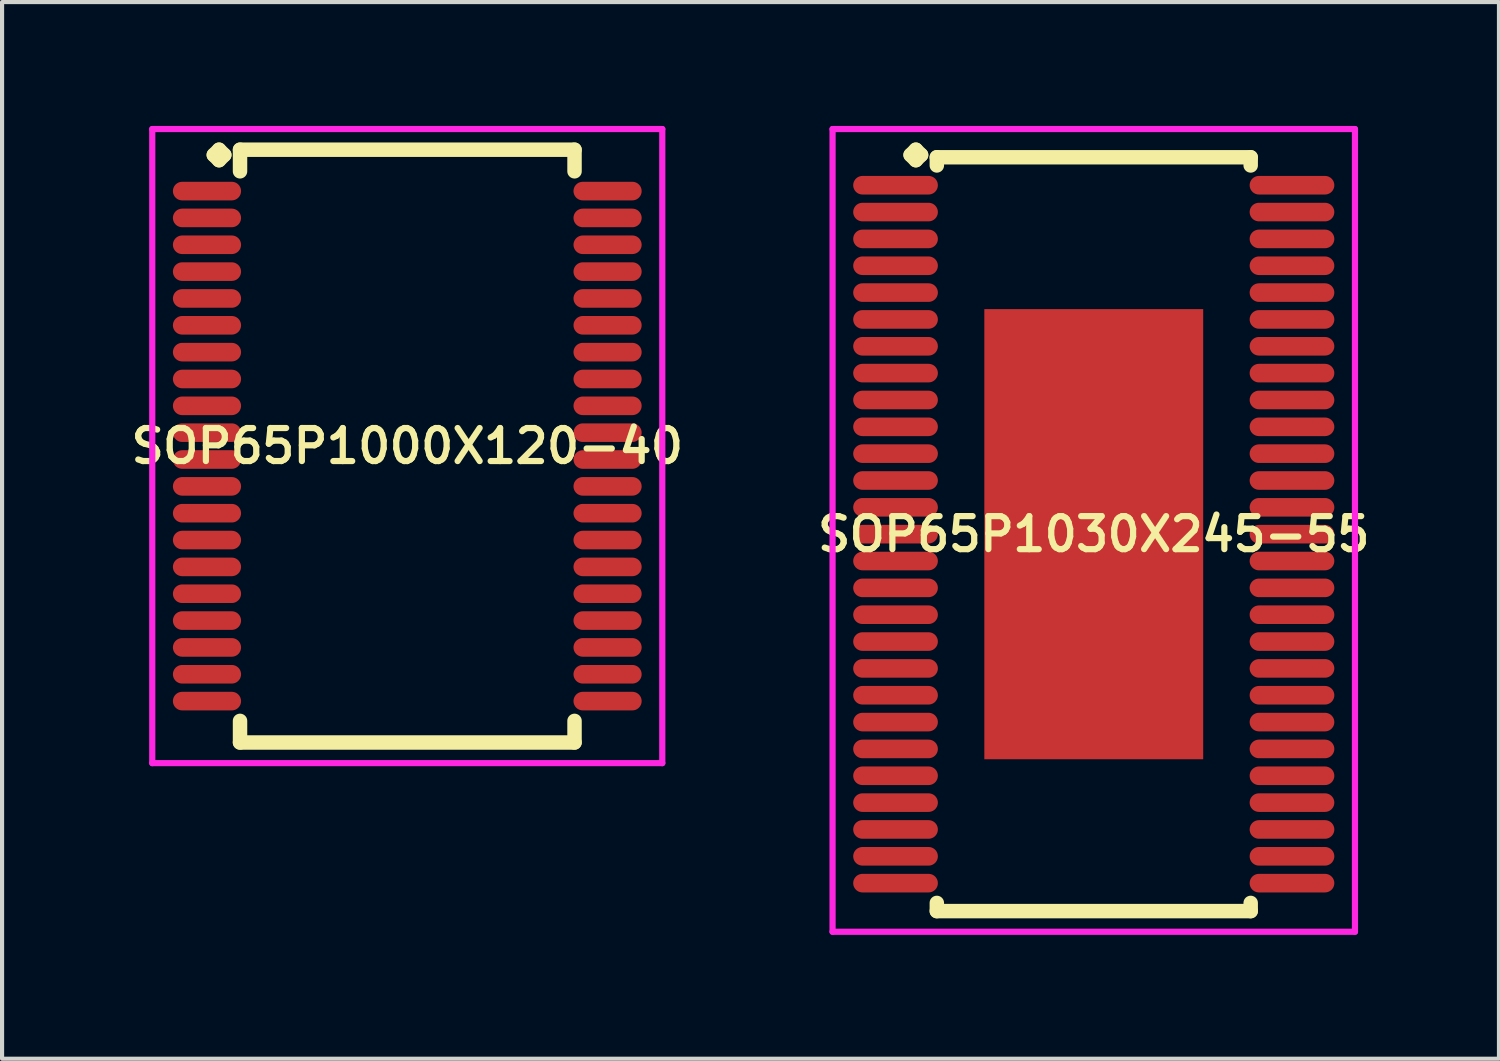
<source format=kicad_pcb>
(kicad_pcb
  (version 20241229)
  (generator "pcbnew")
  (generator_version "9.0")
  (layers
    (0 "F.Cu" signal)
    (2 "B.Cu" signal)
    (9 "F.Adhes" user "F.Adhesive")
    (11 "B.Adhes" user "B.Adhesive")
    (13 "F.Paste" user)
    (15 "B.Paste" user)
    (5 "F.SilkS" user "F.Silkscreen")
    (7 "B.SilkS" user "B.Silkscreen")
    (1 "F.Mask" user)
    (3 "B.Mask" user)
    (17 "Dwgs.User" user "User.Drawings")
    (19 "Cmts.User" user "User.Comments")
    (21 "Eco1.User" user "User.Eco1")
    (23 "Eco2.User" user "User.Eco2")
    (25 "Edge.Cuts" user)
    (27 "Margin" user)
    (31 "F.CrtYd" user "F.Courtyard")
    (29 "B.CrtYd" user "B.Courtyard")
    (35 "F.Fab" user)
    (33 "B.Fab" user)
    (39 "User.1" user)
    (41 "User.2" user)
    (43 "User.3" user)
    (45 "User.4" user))
  (footprint "SOP65P1000X120-40"
    (layer "F.Cu")
    (at 6.812 7.752)
    (property "Reference" "SOP65P1000X120-40" (at 0 0 0) (layer "F.SilkS") (effects (font (size 0.8 0.8) (thickness 0.15))))
    (attr smd)
    (fp_line (start -4.685 -7.05) (end -4.558 -7.177) (stroke (width 0.35) (type solid)) (layer "F.SilkS"))
    (fp_line (start -4.558 -7.177) (end -4.431 -7.05) (stroke (width 0.35) (type solid)) (layer "F.SilkS"))
    (fp_line (start -4.558 -6.923) (end -4.685 -7.05) (stroke (width 0.35) (type solid)) (layer "F.SilkS"))
    (fp_line (start -4.431 -7.05) (end -4.558 -6.923) (stroke (width 0.35) (type solid)) (layer "F.SilkS"))
    (fp_line (start -4.05 -7.177) (end 4.05 -7.177) (stroke (width 0.35) (type solid)) (layer "F.SilkS"))
    (fp_line (start -4.05 -6.654) (end -4.05 -7.177) (stroke (width 0.35) (type solid)) (layer "F.SilkS"))
    (fp_line (start -4.05 6.654) (end -4.05 7.177) (stroke (width 0.35) (type solid)) (layer "F.SilkS"))
    (fp_line (start -4.05 7.177) (end 4.05 7.177) (stroke (width 0.35) (type solid)) (layer "F.SilkS"))
    (fp_line (start 4.05 -7.177) (end 4.05 -6.654) (stroke (width 0.35) (type solid)) (layer "F.SilkS"))
    (fp_line (start 4.05 7.177) (end 4.05 6.654) (stroke (width 0.35) (type solid)) (layer "F.SilkS"))
    (fp_line (start -6.175 -7.677) (end 6.175 -7.677) (stroke (width 0.15) (type solid)) (layer "F.CrtYd"))
    (fp_line (start -6.175 7.677) (end -6.175 -7.677) (stroke (width 0.15) (type solid)) (layer "F.CrtYd"))
    (fp_line (start 6.175 -7.677) (end 6.175 7.677) (stroke (width 0.15) (type solid)) (layer "F.CrtYd"))
    (fp_line (start 6.175 7.677) (end -6.175 7.677) (stroke (width 0.15) (type solid)) (layer "F.CrtYd"))
    (pad "1" smd oval (at -4.85 -6.175) (size 1.65 0.45) (layers "F.Cu" "F.Mask" "F.Paste"))
    (pad "2" smd oval (at -4.85 -5.525) (size 1.65 0.45) (layers "F.Cu" "F.Mask" "F.Paste"))
    (pad "3" smd oval (at -4.85 -4.875) (size 1.65 0.45) (layers "F.Cu" "F.Mask" "F.Paste"))
    (pad "4" smd oval (at -4.85 -4.225) (size 1.65 0.45) (layers "F.Cu" "F.Mask" "F.Paste"))
    (pad "5" smd oval (at -4.85 -3.575) (size 1.65 0.45) (layers "F.Cu" "F.Mask" "F.Paste"))
    (pad "6" smd oval (at -4.85 -2.925) (size 1.65 0.45) (layers "F.Cu" "F.Mask" "F.Paste"))
    (pad "7" smd oval (at -4.85 -2.275) (size 1.65 0.45) (layers "F.Cu" "F.Mask" "F.Paste"))
    (pad "8" smd oval (at -4.85 -1.625) (size 1.65 0.45) (layers "F.Cu" "F.Mask" "F.Paste"))
    (pad "9" smd oval (at -4.85 -0.975) (size 1.65 0.45) (layers "F.Cu" "F.Mask" "F.Paste"))
    (pad "10" smd oval (at -4.85 -0.325) (size 1.65 0.45) (layers "F.Cu" "F.Mask" "F.Paste"))
    (pad "11" smd oval (at -4.85 0.325) (size 1.65 0.45) (layers "F.Cu" "F.Mask" "F.Paste"))
    (pad "12" smd oval (at -4.85 0.975) (size 1.65 0.45) (layers "F.Cu" "F.Mask" "F.Paste"))
    (pad "13" smd oval (at -4.85 1.625) (size 1.65 0.45) (layers "F.Cu" "F.Mask" "F.Paste"))
    (pad "14" smd oval (at -4.85 2.275) (size 1.65 0.45) (layers "F.Cu" "F.Mask" "F.Paste"))
    (pad "15" smd oval (at -4.85 2.925) (size 1.65 0.45) (layers "F.Cu" "F.Mask" "F.Paste"))
    (pad "16" smd oval (at -4.85 3.575) (size 1.65 0.45) (layers "F.Cu" "F.Mask" "F.Paste"))
    (pad "17" smd oval (at -4.85 4.225) (size 1.65 0.45) (layers "F.Cu" "F.Mask" "F.Paste"))
    (pad "18" smd oval (at -4.85 4.875) (size 1.65 0.45) (layers "F.Cu" "F.Mask" "F.Paste"))
    (pad "19" smd oval (at -4.85 5.525) (size 1.65 0.45) (layers "F.Cu" "F.Mask" "F.Paste"))
    (pad "20" smd oval (at -4.85 6.175) (size 1.65 0.45) (layers "F.Cu" "F.Mask" "F.Paste"))
    (pad "21" smd oval (at 4.85 6.175) (size 1.65 0.45) (layers "F.Cu" "F.Mask" "F.Paste"))
    (pad "22" smd oval (at 4.85 5.525) (size 1.65 0.45) (layers "F.Cu" "F.Mask" "F.Paste"))
    (pad "23" smd oval (at 4.85 4.875) (size 1.65 0.45) (layers "F.Cu" "F.Mask" "F.Paste"))
    (pad "24" smd oval (at 4.85 4.225) (size 1.65 0.45) (layers "F.Cu" "F.Mask" "F.Paste"))
    (pad "25" smd oval (at 4.85 3.575) (size 1.65 0.45) (layers "F.Cu" "F.Mask" "F.Paste"))
    (pad "26" smd oval (at 4.85 2.925) (size 1.65 0.45) (layers "F.Cu" "F.Mask" "F.Paste"))
    (pad "27" smd oval (at 4.85 2.275) (size 1.65 0.45) (layers "F.Cu" "F.Mask" "F.Paste"))
    (pad "28" smd oval (at 4.85 1.625) (size 1.65 0.45) (layers "F.Cu" "F.Mask" "F.Paste"))
    (pad "29" smd oval (at 4.85 0.975) (size 1.65 0.45) (layers "F.Cu" "F.Mask" "F.Paste"))
    (pad "30" smd oval (at 4.85 0.325) (size 1.65 0.45) (layers "F.Cu" "F.Mask" "F.Paste"))
    (pad "31" smd oval (at 4.85 -0.325) (size 1.65 0.45) (layers "F.Cu" "F.Mask" "F.Paste"))
    (pad "32" smd oval (at 4.85 -0.975) (size 1.65 0.45) (layers "F.Cu" "F.Mask" "F.Paste"))
    (pad "33" smd oval (at 4.85 -1.625) (size 1.65 0.45) (layers "F.Cu" "F.Mask" "F.Paste"))
    (pad "34" smd oval (at 4.85 -2.275) (size 1.65 0.45) (layers "F.Cu" "F.Mask" "F.Paste"))
    (pad "35" smd oval (at 4.85 -2.925) (size 1.65 0.45) (layers "F.Cu" "F.Mask" "F.Paste"))
    (pad "36" smd oval (at 4.85 -3.575) (size 1.65 0.45) (layers "F.Cu" "F.Mask" "F.Paste"))
    (pad "37" smd oval (at 4.85 -4.225) (size 1.65 0.45) (layers "F.Cu" "F.Mask" "F.Paste"))
    (pad "38" smd oval (at 4.85 -4.875) (size 1.65 0.45) (layers "F.Cu" "F.Mask" "F.Paste"))
    (pad "39" smd oval (at 4.85 -5.525) (size 1.65 0.45) (layers "F.Cu" "F.Mask" "F.Paste"))
    (pad "40" smd oval (at 4.85 -6.175) (size 1.65 0.45) (layers "F.Cu" "F.Mask" "F.Paste")))
  (footprint "SOP65P1030X245-55"
    (layer "F.Cu")
    (at 23.435 9.885)
    (property "Reference" "SOP65P1030X245-55" (at 0 0 0) (layer "F.SilkS") (effects (font (size 0.8 0.8) (thickness 0.15))))
    (attr smd)
    (fp_line (start -4.435 -9.183) (end -4.308 -9.31) (stroke (width 0.35) (type solid)) (layer "F.SilkS"))
    (fp_line (start -4.308 -9.31) (end -4.181 -9.183) (stroke (width 0.35) (type solid)) (layer "F.SilkS"))
    (fp_line (start -4.308 -9.056) (end -4.435 -9.183) (stroke (width 0.35) (type solid)) (layer "F.SilkS"))
    (fp_line (start -4.181 -9.183) (end -4.308 -9.056) (stroke (width 0.35) (type solid)) (layer "F.SilkS"))
    (fp_line (start -3.8 -9.127) (end 3.8 -9.127) (stroke (width 0.35) (type solid)) (layer "F.SilkS"))
    (fp_line (start -3.8 -8.929) (end -3.8 -9.127) (stroke (width 0.35) (type solid)) (layer "F.SilkS"))
    (fp_line (start -3.8 8.929) (end -3.8 9.127) (stroke (width 0.35) (type solid)) (layer "F.SilkS"))
    (fp_line (start -3.8 9.127) (end 3.8 9.127) (stroke (width 0.35) (type solid)) (layer "F.SilkS"))
    (fp_line (start 3.8 -9.127) (end 3.8 -8.929) (stroke (width 0.35) (type solid)) (layer "F.SilkS"))
    (fp_line (start 3.8 9.127) (end 3.8 8.929) (stroke (width 0.35) (type solid)) (layer "F.SilkS"))
    (fp_line (start -6.325 -9.81) (end 6.325 -9.81) (stroke (width 0.15) (type solid)) (layer "F.CrtYd"))
    (fp_line (start -6.325 9.627) (end -6.325 -9.81) (stroke (width 0.15) (type solid)) (layer "F.CrtYd"))
    (fp_line (start 6.325 -9.81) (end 6.325 9.627) (stroke (width 0.15) (type solid)) (layer "F.CrtYd"))
    (fp_line (start 6.325 9.627) (end -6.325 9.627) (stroke (width 0.15) (type solid)) (layer "F.CrtYd"))
    (pad "1" smd oval (at -4.8 -8.45) (size 2.05 0.45) (layers "F.Cu" "F.Mask" "F.Paste"))
    (pad "2" smd oval (at -4.8 -7.8) (size 2.05 0.45) (layers "F.Cu" "F.Mask" "F.Paste"))
    (pad "3" smd oval (at -4.8 -7.15) (size 2.05 0.45) (layers "F.Cu" "F.Mask" "F.Paste"))
    (pad "4" smd oval (at -4.8 -6.5) (size 2.05 0.45) (layers "F.Cu" "F.Mask" "F.Paste"))
    (pad "5" smd oval (at -4.8 -5.85) (size 2.05 0.45) (layers "F.Cu" "F.Mask" "F.Paste"))
    (pad "6" smd oval (at -4.8 -5.2) (size 2.05 0.45) (layers "F.Cu" "F.Mask" "F.Paste"))
    (pad "7" smd oval (at -4.8 -4.55) (size 2.05 0.45) (layers "F.Cu" "F.Mask" "F.Paste"))
    (pad "8" smd oval (at -4.8 -3.9) (size 2.05 0.45) (layers "F.Cu" "F.Mask" "F.Paste"))
    (pad "9" smd oval (at -4.8 -3.25) (size 2.05 0.45) (layers "F.Cu" "F.Mask" "F.Paste"))
    (pad "10" smd oval (at -4.8 -2.6) (size 2.05 0.45) (layers "F.Cu" "F.Mask" "F.Paste"))
    (pad "11" smd oval (at -4.8 -1.95) (size 2.05 0.45) (layers "F.Cu" "F.Mask" "F.Paste"))
    (pad "12" smd oval (at -4.8 -1.3) (size 2.05 0.45) (layers "F.Cu" "F.Mask" "F.Paste"))
    (pad "13" smd oval (at -4.8 -0.65) (size 2.05 0.45) (layers "F.Cu" "F.Mask" "F.Paste"))
    (pad "14" smd oval (at -4.8 0) (size 2.05 0.45) (layers "F.Cu" "F.Mask" "F.Paste"))
    (pad "15" smd oval (at -4.8 0.65) (size 2.05 0.45) (layers "F.Cu" "F.Mask" "F.Paste"))
    (pad "16" smd oval (at -4.8 1.3) (size 2.05 0.45) (layers "F.Cu" "F.Mask" "F.Paste"))
    (pad "17" smd oval (at -4.8 1.95) (size 2.05 0.45) (layers "F.Cu" "F.Mask" "F.Paste"))
    (pad "18" smd oval (at -4.8 2.6) (size 2.05 0.45) (layers "F.Cu" "F.Mask" "F.Paste"))
    (pad "19" smd oval (at -4.8 3.25) (size 2.05 0.45) (layers "F.Cu" "F.Mask" "F.Paste"))
    (pad "20" smd oval (at -4.8 3.9) (size 2.05 0.45) (layers "F.Cu" "F.Mask" "F.Paste"))
    (pad "21" smd oval (at -4.8 4.55) (size 2.05 0.45) (layers "F.Cu" "F.Mask" "F.Paste"))
    (pad "22" smd oval (at -4.8 5.2) (size 2.05 0.45) (layers "F.Cu" "F.Mask" "F.Paste"))
    (pad "23" smd oval (at -4.8 5.85) (size 2.05 0.45) (layers "F.Cu" "F.Mask" "F.Paste"))
    (pad "24" smd oval (at -4.8 6.5) (size 2.05 0.45) (layers "F.Cu" "F.Mask" "F.Paste"))
    (pad "25" smd oval (at -4.8 7.15) (size 2.05 0.45) (layers "F.Cu" "F.Mask" "F.Paste"))
    (pad "26" smd oval (at -4.8 7.8) (size 2.05 0.45) (layers "F.Cu" "F.Mask" "F.Paste"))
    (pad "27" smd oval (at -4.8 8.45) (size 2.05 0.45) (layers "F.Cu" "F.Mask" "F.Paste"))
    (pad "28" smd oval (at 4.8 8.45) (size 2.05 0.45) (layers "F.Cu" "F.Mask" "F.Paste"))
    (pad "29" smd oval (at 4.8 7.8) (size 2.05 0.45) (layers "F.Cu" "F.Mask" "F.Paste"))
    (pad "30" smd oval (at 4.8 7.15) (size 2.05 0.45) (layers "F.Cu" "F.Mask" "F.Paste"))
    (pad "31" smd oval (at 4.8 6.5) (size 2.05 0.45) (layers "F.Cu" "F.Mask" "F.Paste"))
    (pad "32" smd oval (at 4.8 5.85) (size 2.05 0.45) (layers "F.Cu" "F.Mask" "F.Paste"))
    (pad "33" smd oval (at 4.8 5.2) (size 2.05 0.45) (layers "F.Cu" "F.Mask" "F.Paste"))
    (pad "34" smd oval (at 4.8 4.55) (size 2.05 0.45) (layers "F.Cu" "F.Mask" "F.Paste"))
    (pad "35" smd oval (at 4.8 3.9) (size 2.05 0.45) (layers "F.Cu" "F.Mask" "F.Paste"))
    (pad "36" smd oval (at 4.8 3.25) (size 2.05 0.45) (layers "F.Cu" "F.Mask" "F.Paste"))
    (pad "37" smd oval (at 4.8 2.6) (size 2.05 0.45) (layers "F.Cu" "F.Mask" "F.Paste"))
    (pad "38" smd oval (at 4.8 1.95) (size 2.05 0.45) (layers "F.Cu" "F.Mask" "F.Paste"))
    (pad "39" smd oval (at 4.8 1.3) (size 2.05 0.45) (layers "F.Cu" "F.Mask" "F.Paste"))
    (pad "40" smd oval (at 4.8 0.65) (size 2.05 0.45) (layers "F.Cu" "F.Mask" "F.Paste"))
    (pad "41" smd oval (at 4.8 0) (size 2.05 0.45) (layers "F.Cu" "F.Mask" "F.Paste"))
    (pad "42" smd oval (at 4.8 -0.65) (size 2.05 0.45) (layers "F.Cu" "F.Mask" "F.Paste"))
    (pad "43" smd oval (at 4.8 -1.3) (size 2.05 0.45) (layers "F.Cu" "F.Mask" "F.Paste"))
    (pad "44" smd oval (at 4.8 -1.95) (size 2.05 0.45) (layers "F.Cu" "F.Mask" "F.Paste"))
    (pad "45" smd oval (at 4.8 -2.6) (size 2.05 0.45) (layers "F.Cu" "F.Mask" "F.Paste"))
    (pad "46" smd oval (at 4.8 -3.25) (size 2.05 0.45) (layers "F.Cu" "F.Mask" "F.Paste"))
    (pad "47" smd oval (at 4.8 -3.9) (size 2.05 0.45) (layers "F.Cu" "F.Mask" "F.Paste"))
    (pad "48" smd oval (at 4.8 -4.55) (size 2.05 0.45) (layers "F.Cu" "F.Mask" "F.Paste"))
    (pad "49" smd oval (at 4.8 -5.2) (size 2.05 0.45) (layers "F.Cu" "F.Mask" "F.Paste"))
    (pad "50" smd oval (at 4.8 -5.85) (size 2.05 0.45) (layers "F.Cu" "F.Mask" "F.Paste"))
    (pad "51" smd oval (at 4.8 -6.5) (size 2.05 0.45) (layers "F.Cu" "F.Mask" "F.Paste"))
    (pad "52" smd oval (at 4.8 -7.15) (size 2.05 0.45) (layers "F.Cu" "F.Mask" "F.Paste"))
    (pad "53" smd oval (at 4.8 -7.8) (size 2.05 0.45) (layers "F.Cu" "F.Mask" "F.Paste"))
    (pad "54" smd oval (at 4.8 -8.45) (size 2.05 0.45) (layers "F.Cu" "F.Mask" "F.Paste"))
    (pad "55" smd rect (at 0 0) (size 5.3 10.9) (layers "F.Cu" "F.Mask" "F.Paste")))
  (gr_rect
    (start -3 -3)
    (end 33.247 22.587)
    (stroke (width 0.1) (type default))
    (fill no)
    (layer "Edge.Cuts")))
</source>
